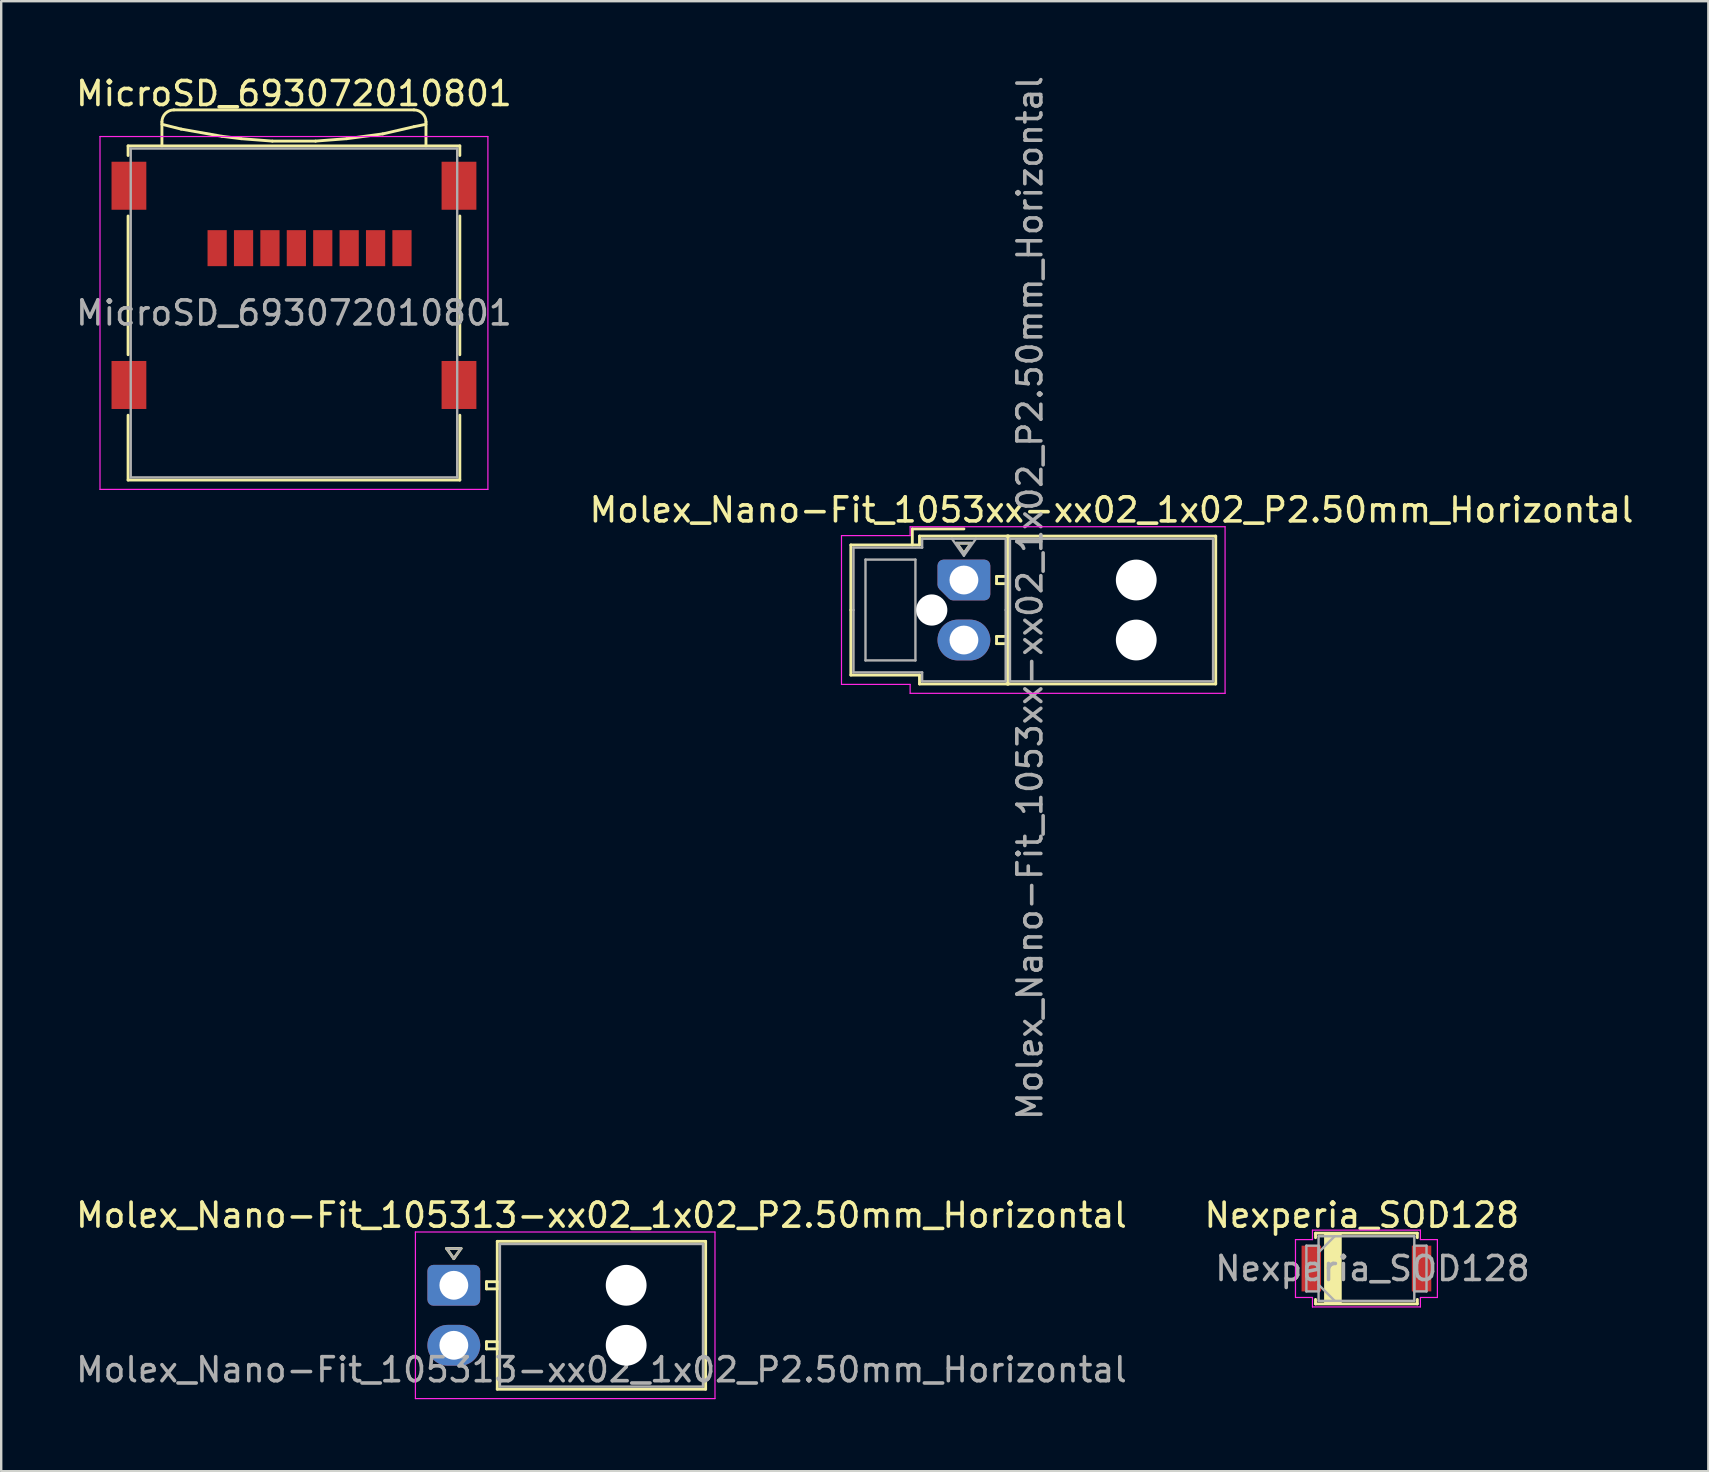
<source format=kicad_pcb>
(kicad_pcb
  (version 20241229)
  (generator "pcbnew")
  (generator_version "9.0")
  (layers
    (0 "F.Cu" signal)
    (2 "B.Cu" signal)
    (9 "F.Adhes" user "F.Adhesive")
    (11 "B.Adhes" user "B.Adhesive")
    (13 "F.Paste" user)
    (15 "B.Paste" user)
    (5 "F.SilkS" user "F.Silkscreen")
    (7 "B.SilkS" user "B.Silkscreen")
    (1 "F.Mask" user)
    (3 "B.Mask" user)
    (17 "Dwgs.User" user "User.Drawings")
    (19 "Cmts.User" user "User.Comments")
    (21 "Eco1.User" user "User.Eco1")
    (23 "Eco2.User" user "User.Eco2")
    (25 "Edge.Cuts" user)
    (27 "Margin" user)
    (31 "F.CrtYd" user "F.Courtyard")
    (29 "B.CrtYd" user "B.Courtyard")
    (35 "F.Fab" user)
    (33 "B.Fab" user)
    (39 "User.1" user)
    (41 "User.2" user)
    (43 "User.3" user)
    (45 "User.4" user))
  (footprint "Nexperia_SOD128"
    (layer "F.Cu")
    (at 53.875 49.797)
    (property "Reference" "Nexperia_SOD128" (at -0.191 -2.223 0) (layer "F.SilkS") (effects (font (size 1 1) (thickness 0.15))))
    (attr through_hole)
    (fp_line (start -2.121 -1.473) (end -2.121 -1.285) (stroke (width 0.12) (type solid)) (layer "F.SilkS"))
    (fp_line (start -2.121 1.285) (end -2.121 1.473) (stroke (width 0.12) (type solid)) (layer "F.SilkS"))
    (fp_line (start -2.121 1.473) (end 2.121 1.473) (stroke (width 0.12) (type solid)) (layer "F.SilkS"))
    (fp_line (start 2.121 -1.473) (end -2.121 -1.473) (stroke (width 0.12) (type solid)) (layer "F.SilkS"))
    (fp_line (start 2.121 -1.285) (end 2.121 -1.473) (stroke (width 0.12) (type solid)) (layer "F.SilkS"))
    (fp_line (start 2.121 1.473) (end 2.121 1.285) (stroke (width 0.12) (type solid)) (layer "F.SilkS"))
    (fp_poly (pts (xy -1.079 1.46) (xy -1.714 1.46) (xy -1.714 -1.46) (xy -1.079 -1.46)) (stroke (width 0.1) (type solid)) (fill yes) (layer "F.SilkS"))
    (fp_line (start -2.956 -1.206) (end -2.248 -1.206) (stroke (width 0.05) (type solid)) (layer "F.CrtYd"))
    (fp_line (start -2.956 1.206) (end -2.956 -1.206) (stroke (width 0.05) (type solid)) (layer "F.CrtYd"))
    (fp_line (start -2.248 -1.6) (end 2.248 -1.6) (stroke (width 0.05) (type solid)) (layer "F.CrtYd"))
    (fp_line (start -2.248 -1.206) (end -2.248 -1.6) (stroke (width 0.05) (type solid)) (layer "F.CrtYd"))
    (fp_line (start -2.248 1.206) (end -2.956 1.206) (stroke (width 0.05) (type solid)) (layer "F.CrtYd"))
    (fp_line (start -2.248 1.6) (end -2.248 1.206) (stroke (width 0.05) (type solid)) (layer "F.CrtYd"))
    (fp_line (start 2.248 -1.6) (end 2.248 -1.206) (stroke (width 0.05) (type solid)) (layer "F.CrtYd"))
    (fp_line (start 2.248 -1.206) (end 2.956 -1.206) (stroke (width 0.05) (type solid)) (layer "F.CrtYd"))
    (fp_line (start 2.248 1.206) (end 2.248 1.6) (stroke (width 0.05) (type solid)) (layer "F.CrtYd"))
    (fp_line (start 2.248 1.6) (end -2.248 1.6) (stroke (width 0.05) (type solid)) (layer "F.CrtYd"))
    (fp_line (start 2.956 -1.206) (end 2.956 1.206) (stroke (width 0.05) (type solid)) (layer "F.CrtYd"))
    (fp_line (start 2.956 1.206) (end 2.248 1.206) (stroke (width 0.05) (type solid)) (layer "F.CrtYd"))
    (fp_line (start -2.502 -0.953) (end -2.502 0.953) (stroke (width 0.1) (type solid)) (layer "F.Fab"))
    (fp_line (start -2.502 0.953) (end -1.994 0.953) (stroke (width 0.1) (type solid)) (layer "F.Fab"))
    (fp_line (start -1.994 -1.346) (end -1.994 1.346) (stroke (width 0.1) (type solid)) (layer "F.Fab"))
    (fp_line (start -1.994 -0.953) (end -2.502 -0.953) (stroke (width 0.1) (type solid)) (layer "F.Fab"))
    (fp_line (start -1.994 -0.673) (end -1.321 -1.346) (stroke (width 0.1) (type solid)) (layer "F.Fab"))
    (fp_line (start -1.994 0.673) (end -1.321 1.346) (stroke (width 0.1) (type solid)) (layer "F.Fab"))
    (fp_line (start -1.994 0.953) (end -1.994 -0.953) (stroke (width 0.1) (type solid)) (layer "F.Fab"))
    (fp_line (start -1.994 1.346) (end 1.994 1.346) (stroke (width 0.1) (type solid)) (layer "F.Fab"))
    (fp_line (start 1.994 -1.346) (end -1.994 -1.346) (stroke (width 0.1) (type solid)) (layer "F.Fab"))
    (fp_line (start 1.994 -0.953) (end 1.994 0.953) (stroke (width 0.1) (type solid)) (layer "F.Fab"))
    (fp_line (start 1.994 0.953) (end 2.502 0.953) (stroke (width 0.1) (type solid)) (layer "F.Fab"))
    (fp_line (start 1.994 1.346) (end 1.994 -1.346) (stroke (width 0.1) (type solid)) (layer "F.Fab"))
    (fp_line (start 2.502 -0.953) (end 1.994 -0.953) (stroke (width 0.1) (type solid)) (layer "F.Fab"))
    (fp_line (start 2.502 0.953) (end 2.502 -0.953) (stroke (width 0.1) (type solid)) (layer "F.Fab"))
    (fp_text user "${REFERENCE}" (at 0.254 0 0) (layer "F.Fab") (effects (font (size 1 1) (thickness 0.15))))
    (pad "1" smd rect (at -2.297 0) (size 0.81 1.905) (layers "F.Cu" "F.Mask" "F.Paste"))
    (pad "2" smd rect (at 2.297 0) (size 0.81 1.905) (layers "F.Cu" "F.Mask" "F.Paste")))
  (footprint "Molex_Nano-Fit_105313-xx02_1x02_P2.50mm_Horizontal"
    (layer "F.Cu")
    (at 15.856 50.494)
    (property "Reference" "Molex_Nano-Fit_105313-xx02_1x02_P2.50mm_Horizontal" (at 6.15 -2.92 0) (layer "F.SilkS") (effects (font (size 1 1) (thickness 0.15))))
    (attr through_hole)
    (fp_line (start -0.3 -1.534) (end 0 -1.11) (stroke (width 0.12) (type solid)) (layer "F.SilkS"))
    (fp_line (start 0 -1.11) (end 0.3 -1.534) (stroke (width 0.12) (type solid)) (layer "F.SilkS"))
    (fp_line (start 0.3 -1.534) (end -0.3 -1.534) (stroke (width 0.12) (type solid)) (layer "F.SilkS"))
    (fp_line (start 1.36 -0.15) (end 1.36 0.15) (stroke (width 0.12) (type solid)) (layer "F.SilkS"))
    (fp_line (start 1.36 0.15) (end 1.81 0.15) (stroke (width 0.12) (type solid)) (layer "F.SilkS"))
    (fp_line (start 1.36 2.35) (end 1.36 2.65) (stroke (width 0.12) (type solid)) (layer "F.SilkS"))
    (fp_line (start 1.36 2.65) (end 1.81 2.65) (stroke (width 0.12) (type solid)) (layer "F.SilkS"))
    (fp_line (start 1.81 -1.83) (end 1.81 4.33) (stroke (width 0.12) (type solid)) (layer "F.SilkS"))
    (fp_line (start 1.81 -0.15) (end 1.36 -0.15) (stroke (width 0.12) (type solid)) (layer "F.SilkS"))
    (fp_line (start 1.81 0.15) (end 1.81 -0.15) (stroke (width 0.12) (type solid)) (layer "F.SilkS"))
    (fp_line (start 1.81 2.35) (end 1.36 2.35) (stroke (width 0.12) (type solid)) (layer "F.SilkS"))
    (fp_line (start 1.81 2.65) (end 1.81 2.35) (stroke (width 0.12) (type solid)) (layer "F.SilkS"))
    (fp_line (start 1.81 4.33) (end 10.49 4.33) (stroke (width 0.12) (type solid)) (layer "F.SilkS"))
    (fp_line (start 10.49 -1.83) (end 1.81 -1.83) (stroke (width 0.12) (type solid)) (layer "F.SilkS"))
    (fp_line (start 10.49 4.33) (end 10.49 -1.83) (stroke (width 0.12) (type solid)) (layer "F.SilkS"))
    (fp_line (start -1.6 -2.22) (end -1.6 4.72) (stroke (width 0.05) (type solid)) (layer "F.CrtYd"))
    (fp_line (start -1.6 4.72) (end 10.88 4.72) (stroke (width 0.05) (type solid)) (layer "F.CrtYd"))
    (fp_line (start 10.88 -2.22) (end -1.6 -2.22) (stroke (width 0.05) (type solid)) (layer "F.CrtYd"))
    (fp_line (start 10.88 4.72) (end 10.88 -2.22) (stroke (width 0.05) (type solid)) (layer "F.CrtYd"))
    (fp_line (start -0.3 -1.534) (end 0 -1.11) (stroke (width 0.1) (type solid)) (layer "F.Fab"))
    (fp_line (start 0 -1.11) (end 0.3 -1.534) (stroke (width 0.1) (type solid)) (layer "F.Fab"))
    (fp_line (start 0.3 -1.534) (end -0.3 -1.534) (stroke (width 0.1) (type solid)) (layer "F.Fab"))
    (fp_line (start 1.92 -1.72) (end 1.92 4.22) (stroke (width 0.1) (type solid)) (layer "F.Fab"))
    (fp_line (start 1.92 4.22) (end 10.38 4.22) (stroke (width 0.1) (type solid)) (layer "F.Fab"))
    (fp_line (start 10.38 -1.72) (end 1.92 -1.72) (stroke (width 0.1) (type solid)) (layer "F.Fab"))
    (fp_line (start 10.38 4.22) (end 10.38 -1.72) (stroke (width 0.1) (type solid)) (layer "F.Fab"))
    (fp_text user "${REFERENCE}" (at 6.15 3.52 0) (layer "F.Fab") (effects (font (size 1 1) (thickness 0.15))))
    (pad "" np_thru_hole circle (at 7.18 0) (size 1.7 1.7) (drill 1.7) (layers "*.Cu" "*.Mask"))
    (pad "" np_thru_hole circle (at 7.18 2.5) (size 1.7 1.7) (drill 1.7) (layers "*.Cu" "*.Mask"))
    (pad "1" thru_hole roundrect (at 0 0) (size 2.2 1.7) (drill 1.2) (layers "*.Cu" "*.Mask") (roundrect_rratio 0.147))
    (pad "2" thru_hole oval (at 0 2.5) (size 2.2 1.7) (drill 1.2) (layers "*.Cu" "*.Mask")))
  (footprint "Molex_Nano-Fit_1053xx-xx02_1x02_P2.50mm_Horizontal"
    (layer "F.Cu")
    (at 37.106 21.113)
    (property "Reference" "Molex_Nano-Fit_1053xx-xx02_1x02_P2.50mm_Horizontal" (at 6.15 -2.92 0) (layer "F.SilkS") (effects (font (size 1 1) (thickness 0.15))))
    (attr through_hole)
    (fp_line (start -4.71 -1.46) (end -4.71 1.25) (stroke (width 0.12) (type solid)) (layer "F.SilkS"))
    (fp_line (start -4.71 3.96) (end -4.71 1.25) (stroke (width 0.12) (type solid)) (layer "F.SilkS"))
    (fp_line (start -2.15 -2.13) (end -2.15 -1.46) (stroke (width 0.12) (type solid)) (layer "F.SilkS"))
    (fp_line (start -1.85 -1.83) (end -1.85 -1.46) (stroke (width 0.12) (type solid)) (layer "F.SilkS"))
    (fp_line (start -1.85 -1.46) (end -4.71 -1.46) (stroke (width 0.12) (type solid)) (layer "F.SilkS"))
    (fp_line (start -1.85 3.96) (end -4.71 3.96) (stroke (width 0.12) (type solid)) (layer "F.SilkS"))
    (fp_line (start -1.85 4.33) (end -1.85 3.96) (stroke (width 0.12) (type solid)) (layer "F.SilkS"))
    (fp_line (start -0.3 -1.534) (end 0 -1.11) (stroke (width 0.12) (type solid)) (layer "F.SilkS"))
    (fp_line (start 0 -2.13) (end -2.15 -2.13) (stroke (width 0.12) (type solid)) (layer "F.SilkS"))
    (fp_line (start 0 -1.11) (end 0.3 -1.534) (stroke (width 0.12) (type solid)) (layer "F.SilkS"))
    (fp_line (start 0.3 -1.534) (end -0.3 -1.534) (stroke (width 0.12) (type solid)) (layer "F.SilkS"))
    (fp_line (start 1.36 -0.15) (end 1.36 0.15) (stroke (width 0.12) (type solid)) (layer "F.SilkS"))
    (fp_line (start 1.36 0.15) (end 1.81 0.15) (stroke (width 0.12) (type solid)) (layer "F.SilkS"))
    (fp_line (start 1.36 2.35) (end 1.36 2.65) (stroke (width 0.12) (type solid)) (layer "F.SilkS"))
    (fp_line (start 1.36 2.65) (end 1.81 2.65) (stroke (width 0.12) (type solid)) (layer "F.SilkS"))
    (fp_line (start 1.81 -1.83) (end 1.81 4.33) (stroke (width 0.12) (type solid)) (layer "F.SilkS"))
    (fp_line (start 1.81 -0.15) (end 1.36 -0.15) (stroke (width 0.12) (type solid)) (layer "F.SilkS"))
    (fp_line (start 1.81 0.15) (end 1.81 -0.15) (stroke (width 0.12) (type solid)) (layer "F.SilkS"))
    (fp_line (start 1.81 2.35) (end 1.36 2.35) (stroke (width 0.12) (type solid)) (layer "F.SilkS"))
    (fp_line (start 1.81 2.65) (end 1.81 2.35) (stroke (width 0.12) (type solid)) (layer "F.SilkS"))
    (fp_line (start 1.81 4.33) (end 10.49 4.33) (stroke (width 0.12) (type solid)) (layer "F.SilkS"))
    (fp_line (start 1.85 -1.83) (end -1.85 -1.83) (stroke (width 0.12) (type solid)) (layer "F.SilkS"))
    (fp_line (start 1.85 1.25) (end 1.85 -1.83) (stroke (width 0.12) (type solid)) (layer "F.SilkS"))
    (fp_line (start 1.85 1.25) (end 1.85 4.33) (stroke (width 0.12) (type solid)) (layer "F.SilkS"))
    (fp_line (start 1.85 4.33) (end -1.85 4.33) (stroke (width 0.12) (type solid)) (layer "F.SilkS"))
    (fp_line (start 10.49 -1.83) (end 1.81 -1.83) (stroke (width 0.12) (type solid)) (layer "F.SilkS"))
    (fp_line (start 10.49 4.33) (end 10.49 -1.83) (stroke (width 0.12) (type solid)) (layer "F.SilkS"))
    (fp_line (start -5.1 -1.85) (end -5.1 1.25) (stroke (width 0.05) (type solid)) (layer "F.CrtYd"))
    (fp_line (start -5.1 4.35) (end -5.1 1.25) (stroke (width 0.05) (type solid)) (layer "F.CrtYd"))
    (fp_line (start -2.24 -2.22) (end -2.24 -1.85) (stroke (width 0.05) (type solid)) (layer "F.CrtYd"))
    (fp_line (start -2.24 -1.85) (end -5.1 -1.85) (stroke (width 0.05) (type solid)) (layer "F.CrtYd"))
    (fp_line (start -2.24 4.35) (end -5.1 4.35) (stroke (width 0.05) (type solid)) (layer "F.CrtYd"))
    (fp_line (start -2.24 4.72) (end -2.24 4.35) (stroke (width 0.05) (type solid)) (layer "F.CrtYd"))
    (fp_line (start 10.88 -2.22) (end -2.24 -2.22) (stroke (width 0.05) (type solid)) (layer "F.CrtYd"))
    (fp_line (start 10.88 4.72) (end -2.24 4.72) (stroke (width 0.05) (type solid)) (layer "F.CrtYd"))
    (fp_line (start 10.88 4.72) (end 10.88 -2.22) (stroke (width 0.05) (type solid)) (layer "F.CrtYd"))
    (fp_line (start -4.6 -1.35) (end -4.6 1.25) (stroke (width 0.1) (type solid)) (layer "F.Fab"))
    (fp_line (start -4.6 3.85) (end -4.6 1.25) (stroke (width 0.1) (type solid)) (layer "F.Fab"))
    (fp_line (start -4.1 -0.85) (end -4.1 3.35) (stroke (width 0.1) (type solid)) (layer "F.Fab"))
    (fp_line (start -4.1 3.35) (end -2.02 3.35) (stroke (width 0.1) (type solid)) (layer "F.Fab"))
    (fp_line (start -2.02 -0.85) (end -4.1 -0.85) (stroke (width 0.1) (type solid)) (layer "F.Fab"))
    (fp_line (start -2.02 3.35) (end -2.02 -0.85) (stroke (width 0.1) (type solid)) (layer "F.Fab"))
    (fp_line (start -1.74 -1.72) (end -1.74 -1.35) (stroke (width 0.1) (type solid)) (layer "F.Fab"))
    (fp_line (start -1.74 -1.35) (end -4.6 -1.35) (stroke (width 0.1) (type solid)) (layer "F.Fab"))
    (fp_line (start -1.74 3.85) (end -4.6 3.85) (stroke (width 0.1) (type solid)) (layer "F.Fab"))
    (fp_line (start -1.74 4.22) (end -1.74 3.85) (stroke (width 0.1) (type solid)) (layer "F.Fab"))
    (fp_line (start -0.5 -1.72) (end 0 -1.013) (stroke (width 0.1) (type solid)) (layer "F.Fab"))
    (fp_line (start -0.3 -1.534) (end 0 -1.11) (stroke (width 0.1) (type solid)) (layer "F.Fab"))
    (fp_line (start 0 -1.11) (end 0.3 -1.534) (stroke (width 0.1) (type solid)) (layer "F.Fab"))
    (fp_line (start 0 -1.013) (end 0.5 -1.72) (stroke (width 0.1) (type solid)) (layer "F.Fab"))
    (fp_line (start 0.3 -1.534) (end -0.3 -1.534) (stroke (width 0.1) (type solid)) (layer "F.Fab"))
    (fp_line (start 1.74 -1.72) (end -1.74 -1.72) (stroke (width 0.1) (type solid)) (layer "F.Fab"))
    (fp_line (start 1.74 1.25) (end 1.74 -1.72) (stroke (width 0.1) (type solid)) (layer "F.Fab"))
    (fp_line (start 1.74 1.25) (end 1.74 4.22) (stroke (width 0.1) (type solid)) (layer "F.Fab"))
    (fp_line (start 1.74 4.22) (end -1.74 4.22) (stroke (width 0.1) (type solid)) (layer "F.Fab"))
    (fp_line (start 1.92 -1.72) (end 1.92 4.22) (stroke (width 0.1) (type solid)) (layer "F.Fab"))
    (fp_line (start 1.92 4.22) (end 10.38 4.22) (stroke (width 0.1) (type solid)) (layer "F.Fab"))
    (fp_line (start 10.38 -1.72) (end 1.92 -1.72) (stroke (width 0.1) (type solid)) (layer "F.Fab"))
    (fp_line (start 10.38 4.22) (end 10.38 -1.72) (stroke (width 0.1) (type solid)) (layer "F.Fab"))
    (fp_text user "${REFERENCE}" (at 2.75 0.75 90) (layer "F.Fab") (effects (font (size 1 1) (thickness 0.15))))
    (pad "" np_thru_hole circle (at -1.34 1.25) (size 1.3 1.3) (drill 1.3) (layers "*.Cu" "*.Mask"))
    (pad "" np_thru_hole circle (at 7.18 0) (size 1.7 1.7) (drill 1.7) (layers "*.Cu" "*.Mask"))
    (pad "" np_thru_hole circle (at 7.18 2.5) (size 1.7 1.7) (drill 1.7) (layers "*.Cu" "*.Mask"))
    (pad "1" thru_hole custom (at 0 0) (size 1.417 1.417) (drill 1.2) (layers "*.Cu" "*.Mask") (options (anchor circle)) (primitives (gr_poly (pts (xy -0.85 -0.6) (xy 0.85 -0.6) (xy 0.85 0.6) (xy -0.45 0.6) (xy -0.85 0.2)) (width 0.5) (fill yes))))
    (pad "2" thru_hole oval (at 0 2.5) (size 2.2 1.7) (drill 1.2) (layers "*.Cu" "*.Mask")))
  (footprint "MicroSD_693072010801"
    (layer "F.Cu")
    (at 9.196 8.838)
    (property "Reference" "MicroSD_693072010801" (at 0 -7.99 0) (layer "F.SilkS") (effects (font (size 1 1) (thickness 0.15))))
    (attr smd)
    (fp_line (start -6.91 -5.81) (end -6.91 -5.41) (stroke (width 0.12) (type solid)) (layer "F.SilkS"))
    (fp_line (start -6.91 -5.81) (end 6.91 -5.81) (stroke (width 0.12) (type solid)) (layer "F.SilkS"))
    (fp_line (start -6.91 -2.89) (end -6.91 2.89) (stroke (width 0.12) (type solid)) (layer "F.SilkS"))
    (fp_line (start -6.91 5.41) (end -6.91 8.11) (stroke (width 0.12) (type solid)) (layer "F.SilkS"))
    (fp_line (start -5.5 -6.71) (end -4.7 -6.51) (stroke (width 0.12) (type solid)) (layer "F.SilkS"))
    (fp_line (start -5.5 -5.81) (end -5.5 -6.81) (stroke (width 0.12) (type solid)) (layer "F.SilkS"))
    (fp_line (start -5 -7.31) (end 5 -7.31) (stroke (width 0.12) (type solid)) (layer "F.SilkS"))
    (fp_line (start -4.7 -6.51) (end -3 -6.21) (stroke (width 0.12) (type solid)) (layer "F.SilkS"))
    (fp_line (start -3 -6.21) (end -2.2 -6.11) (stroke (width 0.12) (type solid)) (layer "F.SilkS"))
    (fp_line (start -2.2 -6.11) (end -0.9 -6.01) (stroke (width 0.12) (type solid)) (layer "F.SilkS"))
    (fp_line (start -0.9 -6.01) (end 0.9 -6.01) (stroke (width 0.12) (type solid)) (layer "F.SilkS"))
    (fp_line (start 0.9 -6.01) (end 2.2 -6.11) (stroke (width 0.12) (type solid)) (layer "F.SilkS"))
    (fp_line (start 2.2 -6.11) (end 3.7 -6.31) (stroke (width 0.12) (type solid)) (layer "F.SilkS"))
    (fp_line (start 3.7 -6.31) (end 5 -6.61) (stroke (width 0.12) (type solid)) (layer "F.SilkS"))
    (fp_line (start 5 -6.61) (end 5.5 -6.71) (stroke (width 0.12) (type solid)) (layer "F.SilkS"))
    (fp_line (start 5.5 -5.81) (end 5.5 -6.81) (stroke (width 0.12) (type solid)) (layer "F.SilkS"))
    (fp_line (start 6.91 -5.81) (end 6.91 -5.41) (stroke (width 0.12) (type solid)) (layer "F.SilkS"))
    (fp_line (start 6.91 -2.89) (end 6.91 2.89) (stroke (width 0.12) (type solid)) (layer "F.SilkS"))
    (fp_line (start 6.91 5.41) (end 6.91 8.11) (stroke (width 0.12) (type solid)) (layer "F.SilkS"))
    (fp_line (start 6.91 8.11) (end -6.91 8.11) (stroke (width 0.12) (type solid)) (layer "F.SilkS"))
    (fp_arc (start -5.5 -6.81) (mid -5.353553 -7.163553) (end -5 -7.31) (stroke (width 0.12) (type solid)) (layer "F.SilkS"))
    (fp_arc (start 5 -7.31) (mid 5.353553 -7.163553) (end 5.5 -6.81) (stroke (width 0.12) (type solid)) (layer "F.SilkS"))
    (fp_line (start -8.08 -6.2) (end -8.08 8.5) (stroke (width 0.05) (type solid)) (layer "F.CrtYd"))
    (fp_line (start 8.08 -6.2) (end -8.08 -6.2) (stroke (width 0.05) (type solid)) (layer "F.CrtYd"))
    (fp_line (start 8.08 -6.2) (end 8.08 8.5) (stroke (width 0.05) (type solid)) (layer "F.CrtYd"))
    (fp_line (start 8.08 8.5) (end -8.08 8.5) (stroke (width 0.05) (type solid)) (layer "F.CrtYd"))
    (fp_line (start -6.8 -5.7) (end -6.8 8) (stroke (width 0.1) (type solid)) (layer "F.Fab"))
    (fp_line (start -6.8 8) (end 6.8 8) (stroke (width 0.1) (type solid)) (layer "F.Fab"))
    (fp_line (start 6.8 -5.7) (end -6.8 -5.7) (stroke (width 0.1) (type solid)) (layer "F.Fab"))
    (fp_line (start 6.8 8) (end 6.8 -5.7) (stroke (width 0.1) (type solid)) (layer "F.Fab"))
    (fp_text user "${REFERENCE}" (at 0 1.15 0) (layer "F.Fab") (effects (font (size 1 1) (thickness 0.15))))
    (pad "1" smd rect (at -3.2 -1.55) (size 0.8 1.5) (layers "F.Cu" "F.Mask" "F.Paste"))
    (pad "2" smd rect (at -2.1 -1.55) (size 0.8 1.5) (layers "F.Cu" "F.Mask" "F.Paste"))
    (pad "3" smd rect (at -1 -1.55) (size 0.8 1.5) (layers "F.Cu" "F.Mask" "F.Paste"))
    (pad "4" smd rect (at 0.1 -1.55) (size 0.8 1.5) (layers "F.Cu" "F.Mask" "F.Paste"))
    (pad "5" smd rect (at 1.2 -1.55) (size 0.8 1.5) (layers "F.Cu" "F.Mask" "F.Paste"))
    (pad "6" smd rect (at 2.3 -1.55) (size 0.8 1.5) (layers "F.Cu" "F.Mask" "F.Paste"))
    (pad "7" smd rect (at 3.4 -1.55) (size 0.8 1.5) (layers "F.Cu" "F.Mask" "F.Paste"))
    (pad "8" smd rect (at 4.5 -1.55) (size 0.8 1.5) (layers "F.Cu" "F.Mask" "F.Paste"))
    (pad "9" smd rect (at -6.875 -4.15) (size 1.45 2) (layers "F.Cu" "F.Mask" "F.Paste"))
    (pad "9" smd rect (at -6.875 4.15) (size 1.45 2) (layers "F.Cu" "F.Mask" "F.Paste"))
    (pad "9" smd rect (at 6.875 -4.15) (size 1.45 2) (layers "F.Cu" "F.Mask" "F.Paste"))
    (pad "9" smd rect (at 6.875 4.15) (size 1.45 2) (layers "F.Cu" "F.Mask" "F.Paste")))
  (gr_rect
    (start -3 -3)
    (end 68.119 58.239)
    (stroke (width 0.1) (type default))
    (fill no)
    (layer "Edge.Cuts")))
</source>
